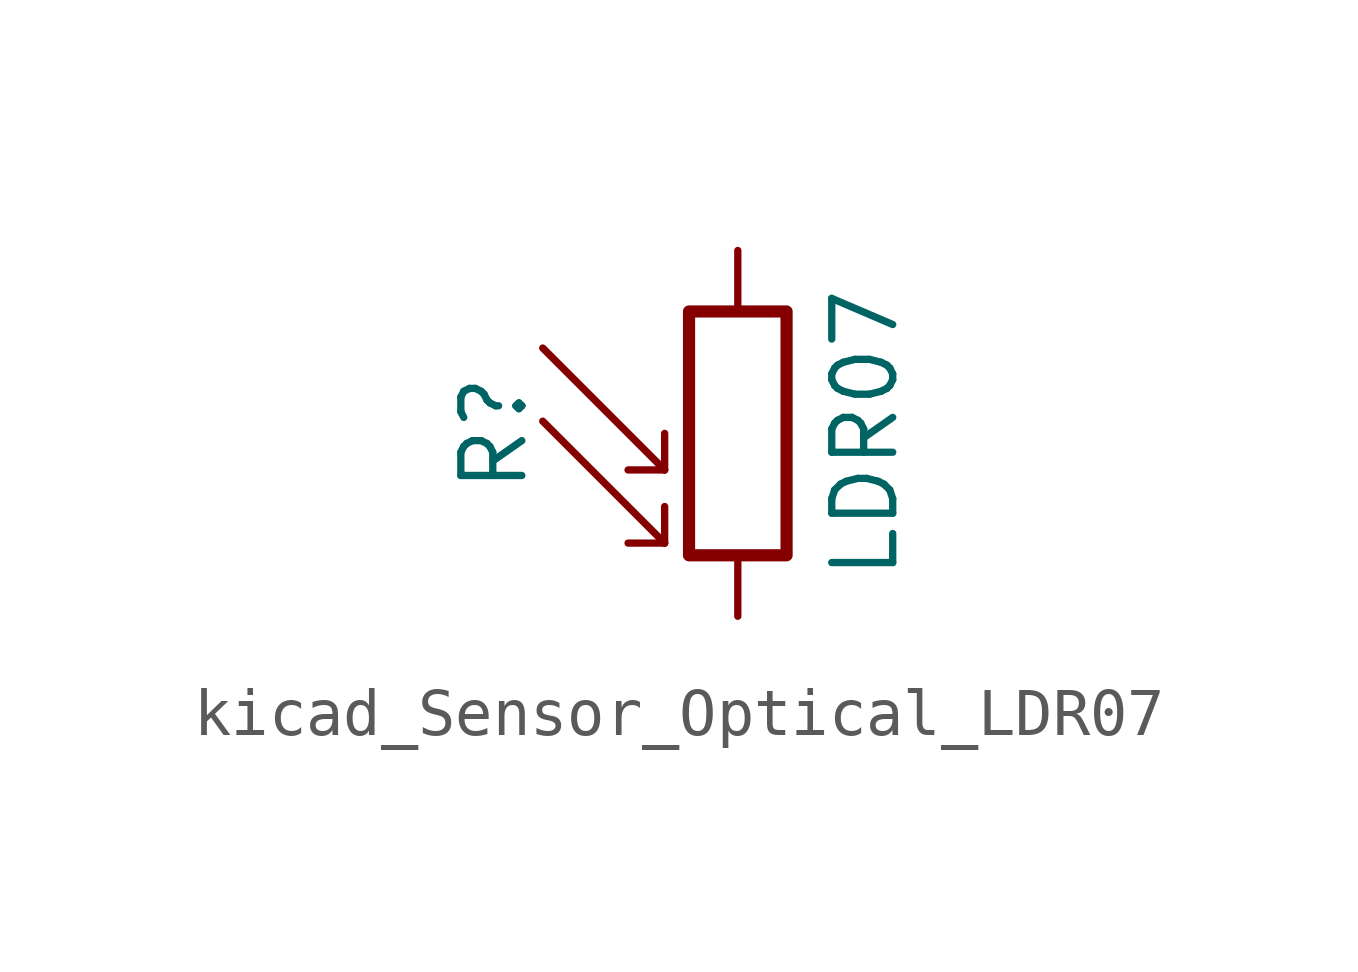
<source format=kicad_sym>
(kicad_symbol_lib
  (version 20220914)
  (generator kicad_symbol_editor)
  (symbol "kicad_Sensor_Optical_LDR07"
    (pin_numbers hide)
    (pin_names
      (offset 0))
    (property "Reference" "R"
      (at -5.08 0 90)
      (effects (font (size 1.27 1.27))))
    (property "Value" "LDR07"
      (at 1.905 0 90)
      (effects (font (size 1.27 1.27)) (justify top)))
    (symbol "kicad_Sensor_Optical_LDR07_0_1"
      (rectangle (start -1.016 2.54) (end 1.016 -2.54) (stroke (width 0.254) (type default)) (fill (type none)))
      (polyline (pts (xy -1.524 -2.286) (xy -4.064 0.254)) (stroke (width 0) (type default)) (fill (type none)))
      (polyline (pts (xy -1.524 -2.286) (xy -2.286 -2.286)) (stroke (width 0) (type default)) (fill (type none)))
      (polyline (pts (xy -1.524 -2.286) (xy -1.524 -1.524)) (stroke (width 0) (type default)) (fill (type none)))
      (polyline (pts (xy -1.524 -0.762) (xy -4.064 1.778)) (stroke (width 0) (type default)) (fill (type none)))
      (polyline (pts (xy -1.524 -0.762) (xy -2.286 -0.762)) (stroke (width 0) (type default)) (fill (type none)))
      (polyline (pts (xy -1.524 -0.762) (xy -1.524 0)) (stroke (width 0) (type default)) (fill (type none))))
    (symbol "kicad_Sensor_Optical_LDR07_1_1"
      (pin passive line (at 0 3.81 270) (length 1.27) (name "~" (effects (font (size 1.27 1.27)))) (number "1" (effects (font (size 1.27 1.27)))))
      (pin passive line (at 0 -3.81 90) (length 1.27) (name "~" (effects (font (size 1.27 1.27)))) (number "2" (effects (font (size 1.27 1.27))))))))
</source>
